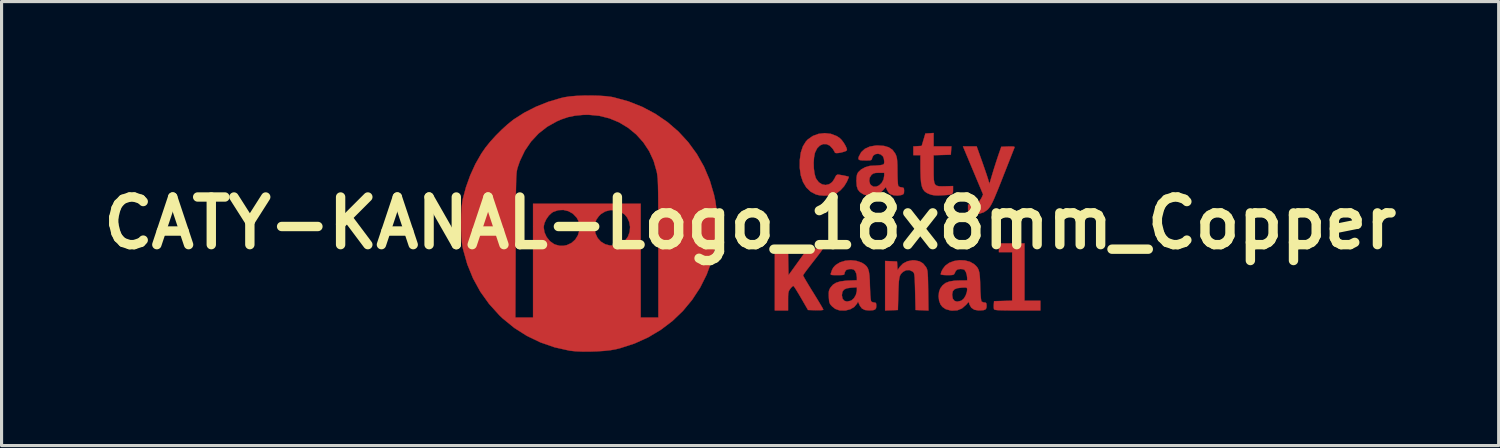
<source format=kicad_pcb>
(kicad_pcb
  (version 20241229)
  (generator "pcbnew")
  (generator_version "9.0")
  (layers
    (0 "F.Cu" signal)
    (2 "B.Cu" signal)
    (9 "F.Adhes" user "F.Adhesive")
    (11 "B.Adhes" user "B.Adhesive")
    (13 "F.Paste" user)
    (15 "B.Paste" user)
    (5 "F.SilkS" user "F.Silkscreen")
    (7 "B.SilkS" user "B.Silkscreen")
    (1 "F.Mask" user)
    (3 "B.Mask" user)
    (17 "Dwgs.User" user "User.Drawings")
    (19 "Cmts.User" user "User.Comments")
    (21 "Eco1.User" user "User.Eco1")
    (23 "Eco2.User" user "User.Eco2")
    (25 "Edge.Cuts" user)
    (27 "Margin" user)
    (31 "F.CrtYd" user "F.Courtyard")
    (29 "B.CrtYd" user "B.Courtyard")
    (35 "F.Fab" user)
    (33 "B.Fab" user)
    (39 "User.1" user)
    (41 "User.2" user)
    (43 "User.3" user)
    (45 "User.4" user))
  (footprint "CATY-KANAL-Logo_18x8mm_Copper"
    (layer "F.Cu")
    (at 20.944 4.086)
    (property "Reference" "CATY-KANAL-Logo_18x8mm_Copper" (at 0 0 0) (layer "F.SilkS") (effects (font (size 1.524 1.524) (thickness 0.3))))
    (attr through_hole)
    (fp_poly (pts (xy 8.777 2.484) (xy 9.285 2.484) (xy 9.285 2.794) (xy 8.55 2.794) (xy 8.321 2.794) (xy 8.143 2.792) (xy 8.009 2.789) (xy 7.913 2.784) (xy 7.851 2.777) (xy 7.815 2.767) (xy 7.801 2.755) (xy 7.801 2.755) (xy 7.793 2.702) (xy 7.793 2.623) (xy 7.795 2.606) (xy 7.803 2.498) (xy 8.093 2.49) (xy 8.382 2.482) (xy 8.382 0.931) (xy 7.959 0.931) (xy 7.959 0.649) (xy 8.777 0.649) (xy 8.777 2.484)) (stroke (width 0.01) (type solid)) (fill yes) (layer "F.Cu"))
    (fp_poly (pts (xy 5.87 -2.455) (xy 6.438 -2.455) (xy 6.429 -2.321) (xy 6.421 -2.187) (xy 6.145 -2.179) (xy 5.87 -2.171) (xy 5.87 -1.725) (xy 5.871 -1.535) (xy 5.876 -1.394) (xy 5.891 -1.295) (xy 5.92 -1.231) (xy 5.968 -1.195) (xy 6.041 -1.179) (xy 6.142 -1.176) (xy 6.24 -1.178) (xy 6.491 -1.185) (xy 6.491 -1.061) (xy 6.489 -0.998) (xy 6.477 -0.954) (xy 6.446 -0.926) (xy 6.386 -0.909) (xy 6.288 -0.898) (xy 6.144 -0.889) (xy 6 -0.883) (xy 5.893 -0.888) (xy 5.803 -0.905) (xy 5.746 -0.924) (xy 5.654 -0.964) (xy 5.583 -1.015) (xy 5.53 -1.083) (xy 5.493 -1.177) (xy 5.468 -1.303) (xy 5.455 -1.469) (xy 5.449 -1.681) (xy 5.448 -1.771) (xy 5.447 -2.173) (xy 5.221 -2.173) (xy 5.221 -2.452) (xy 5.354 -2.461) (xy 5.488 -2.469) (xy 5.606 -2.865) (xy 5.738 -2.873) (xy 5.87 -2.882) (xy 5.87 -2.455)) (stroke (width 0.01) (type solid)) (fill yes) (layer "F.Cu"))
    (fp_poly (pts (xy 5.266 1.191) (xy 5.418 1.223) (xy 5.534 1.293) (xy 5.627 1.408) (xy 5.63 1.414) (xy 5.649 1.45) (xy 5.663 1.491) (xy 5.674 1.547) (xy 5.681 1.624) (xy 5.687 1.731) (xy 5.691 1.875) (xy 5.694 2.065) (xy 5.696 2.153) (xy 5.705 2.797) (xy 5.498 2.788) (xy 5.292 2.78) (xy 5.278 2.192) (xy 5.273 1.995) (xy 5.268 1.847) (xy 5.263 1.74) (xy 5.255 1.666) (xy 5.246 1.617) (xy 5.232 1.586) (xy 5.214 1.564) (xy 5.197 1.55) (xy 5.098 1.503) (xy 4.991 1.507) (xy 4.9 1.554) (xy 4.852 1.596) (xy 4.816 1.639) (xy 4.789 1.693) (xy 4.771 1.766) (xy 4.758 1.868) (xy 4.75 2.006) (xy 4.743 2.189) (xy 4.741 2.258) (xy 4.727 2.78) (xy 4.523 2.788) (xy 4.318 2.796) (xy 4.318 1.211) (xy 4.508 1.219) (xy 4.699 1.228) (xy 4.708 1.366) (xy 4.717 1.504) (xy 4.784 1.404) (xy 4.892 1.293) (xy 5.034 1.22) (xy 5.196 1.19) (xy 5.266 1.191)) (stroke (width 0.01) (type solid)) (fill yes) (layer "F.Cu"))
    (fp_poly (pts (xy 7.405 -2.011) (xy 7.462 -1.849) (xy 7.516 -1.693) (xy 7.563 -1.556) (xy 7.597 -1.451) (xy 7.61 -1.411) (xy 7.655 -1.256) (xy 7.747 -1.566) (xy 7.797 -1.731) (xy 7.855 -1.913) (xy 7.911 -2.085) (xy 7.936 -2.159) (xy 8.034 -2.441) (xy 8.254 -2.45) (xy 8.367 -2.452) (xy 8.433 -2.447) (xy 8.459 -2.435) (xy 8.459 -2.421) (xy 8.445 -2.387) (xy 8.413 -2.306) (xy 8.366 -2.187) (xy 8.307 -2.035) (xy 8.237 -1.858) (xy 8.16 -1.662) (xy 8.128 -1.582) (xy 8.025 -1.319) (xy 7.939 -1.103) (xy 7.867 -0.929) (xy 7.809 -0.791) (xy 7.76 -0.683) (xy 7.718 -0.601) (xy 7.681 -0.537) (xy 7.645 -0.488) (xy 7.61 -0.446) (xy 7.592 -0.428) (xy 7.476 -0.347) (xy 7.328 -0.298) (xy 7.165 -0.282) (xy 7.02 -0.302) (xy 6.989 -0.323) (xy 6.974 -0.375) (xy 6.971 -0.454) (xy 6.971 -0.593) (xy 7.094 -0.593) (xy 7.222 -0.614) (xy 7.321 -0.681) (xy 7.398 -0.797) (xy 7.404 -0.809) (xy 7.452 -0.917) (xy 7.13 -1.686) (xy 6.808 -2.455) (xy 7.246 -2.455) (xy 7.405 -2.011)) (stroke (width 0.01) (type solid)) (fill yes) (layer "F.Cu"))
    (fp_poly (pts (xy 1.22 1.242) (xy 1.228 1.666) (xy 1.534 1.242) (xy 1.84 0.818) (xy 2.077 0.818) (xy 2.185 0.821) (xy 2.267 0.827) (xy 2.31 0.836) (xy 2.314 0.84) (xy 2.297 0.868) (xy 2.251 0.932) (xy 2.18 1.026) (xy 2.091 1.141) (xy 2.003 1.253) (xy 1.903 1.382) (xy 1.816 1.496) (xy 1.749 1.587) (xy 1.706 1.649) (xy 1.693 1.673) (xy 1.708 1.704) (xy 1.748 1.776) (xy 1.809 1.88) (xy 1.888 2.011) (xy 1.979 2.16) (xy 2.018 2.222) (xy 2.113 2.376) (xy 2.197 2.514) (xy 2.266 2.63) (xy 2.315 2.715) (xy 2.34 2.763) (xy 2.342 2.77) (xy 2.316 2.781) (xy 2.245 2.788) (xy 2.141 2.789) (xy 2.097 2.788) (xy 1.852 2.78) (xy 1.632 2.399) (xy 1.555 2.268) (xy 1.486 2.155) (xy 1.431 2.069) (xy 1.395 2.019) (xy 1.386 2.009) (xy 1.354 2.024) (xy 1.306 2.072) (xy 1.287 2.097) (xy 1.254 2.144) (xy 1.233 2.19) (xy 1.221 2.25) (xy 1.215 2.337) (xy 1.214 2.464) (xy 1.214 2.493) (xy 1.214 2.794) (xy 0.79 2.794) (xy 0.79 0.818) (xy 1.212 0.818) (xy 1.22 1.242)) (stroke (width 0.01) (type solid)) (fill yes) (layer "F.Cu"))
    (fp_poly (pts (xy 2.582 -2.855) (xy 2.764 -2.786) (xy 2.86 -2.725) (xy 2.923 -2.664) (xy 2.987 -2.58) (xy 3.043 -2.489) (xy 3.083 -2.405) (xy 3.098 -2.344) (xy 3.095 -2.331) (xy 3.063 -2.305) (xy 2.995 -2.28) (xy 2.909 -2.257) (xy 2.822 -2.242) (xy 2.753 -2.239) (xy 2.717 -2.249) (xy 2.716 -2.251) (xy 2.694 -2.294) (xy 2.654 -2.36) (xy 2.643 -2.376) (xy 2.549 -2.477) (xy 2.444 -2.526) (xy 2.335 -2.527) (xy 2.233 -2.482) (xy 2.144 -2.393) (xy 2.079 -2.262) (xy 2.071 -2.238) (xy 2.044 -2.094) (xy 2.033 -1.927) (xy 2.038 -1.753) (xy 2.059 -1.591) (xy 2.094 -1.459) (xy 2.112 -1.419) (xy 2.196 -1.306) (xy 2.3 -1.239) (xy 2.414 -1.218) (xy 2.525 -1.242) (xy 2.624 -1.31) (xy 2.7 -1.422) (xy 2.714 -1.455) (xy 2.753 -1.527) (xy 2.798 -1.552) (xy 2.848 -1.547) (xy 2.927 -1.534) (xy 3.016 -1.517) (xy 3.096 -1.499) (xy 3.147 -1.485) (xy 3.156 -1.481) (xy 3.15 -1.453) (xy 3.124 -1.39) (xy 3.091 -1.316) (xy 3.003 -1.173) (xy 2.886 -1.047) (xy 2.757 -0.952) (xy 2.658 -0.908) (xy 2.524 -0.883) (xy 2.368 -0.878) (xy 2.215 -0.89) (xy 2.106 -0.916) (xy 1.936 -1.006) (xy 1.797 -1.139) (xy 1.692 -1.314) (xy 1.621 -1.525) (xy 1.587 -1.77) (xy 1.589 -2.019) (xy 1.622 -2.258) (xy 1.687 -2.453) (xy 1.784 -2.61) (xy 1.847 -2.677) (xy 2.007 -2.788) (xy 2.191 -2.855) (xy 2.387 -2.877) (xy 2.582 -2.855)) (stroke (width 0.01) (type solid)) (fill yes) (layer "F.Cu"))
    (fp_poly (pts (xy 6.87 1.195) (xy 7.032 1.237) (xy 7.165 1.314) (xy 7.169 1.317) (xy 7.231 1.375) (xy 7.278 1.433) (xy 7.311 1.503) (xy 7.334 1.593) (xy 7.348 1.713) (xy 7.357 1.873) (xy 7.361 2.018) (xy 7.366 2.174) (xy 7.374 2.311) (xy 7.384 2.419) (xy 7.394 2.487) (xy 7.401 2.505) (xy 7.45 2.533) (xy 7.496 2.54) (xy 7.54 2.547) (xy 7.559 2.579) (xy 7.564 2.65) (xy 7.557 2.717) (xy 7.531 2.76) (xy 7.475 2.783) (xy 7.379 2.792) (xy 7.301 2.794) (xy 7.171 2.771) (xy 7.075 2.706) (xy 7.016 2.602) (xy 7.012 2.587) (xy 6.994 2.516) (xy 6.908 2.614) (xy 6.777 2.729) (xy 6.629 2.79) (xy 6.461 2.8) (xy 6.399 2.792) (xy 6.256 2.752) (xy 6.152 2.681) (xy 6.09 2.601) (xy 6.045 2.483) (xy 6.029 2.341) (xy 6.033 2.302) (xy 6.463 2.302) (xy 6.482 2.416) (xy 6.536 2.487) (xy 6.619 2.513) (xy 6.728 2.49) (xy 6.771 2.471) (xy 6.839 2.41) (xy 6.896 2.314) (xy 6.934 2.203) (xy 6.943 2.127) (xy 6.94 2.088) (xy 6.924 2.067) (xy 6.882 2.06) (xy 6.801 2.063) (xy 6.761 2.065) (xy 6.623 2.083) (xy 6.533 2.12) (xy 6.482 2.182) (xy 6.464 2.275) (xy 6.463 2.302) (xy 6.033 2.302) (xy 6.043 2.2) (xy 6.084 2.088) (xy 6.16 1.987) (xy 6.255 1.914) (xy 6.38 1.867) (xy 6.543 1.842) (xy 6.724 1.835) (xy 6.943 1.834) (xy 6.943 1.752) (xy 6.931 1.656) (xy 6.902 1.565) (xy 6.862 1.501) (xy 6.849 1.49) (xy 6.798 1.474) (xy 6.731 1.468) (xy 6.64 1.48) (xy 6.584 1.521) (xy 6.55 1.588) (xy 6.532 1.627) (xy 6.506 1.65) (xy 6.459 1.661) (xy 6.377 1.665) (xy 6.308 1.665) (xy 6.207 1.662) (xy 6.132 1.653) (xy 6.097 1.641) (xy 6.096 1.639) (xy 6.115 1.559) (xy 6.166 1.462) (xy 6.238 1.369) (xy 6.245 1.361) (xy 6.368 1.271) (xy 6.523 1.213) (xy 6.696 1.187) (xy 6.87 1.195)) (stroke (width 0.01) (type solid)) (fill yes) (layer "F.Cu"))
    (fp_poly (pts (xy 3.394 1.207) (xy 3.555 1.26) (xy 3.595 1.28) (xy 3.671 1.331) (xy 3.729 1.387) (xy 3.77 1.457) (xy 3.799 1.55) (xy 3.817 1.675) (xy 3.828 1.839) (xy 3.833 2.018) (xy 3.839 2.178) (xy 3.846 2.317) (xy 3.856 2.424) (xy 3.867 2.49) (xy 3.872 2.505) (xy 3.922 2.533) (xy 3.969 2.54) (xy 4.012 2.547) (xy 4.032 2.579) (xy 4.036 2.65) (xy 4.028 2.721) (xy 3.997 2.764) (xy 3.934 2.786) (xy 3.826 2.793) (xy 3.805 2.794) (xy 3.673 2.78) (xy 3.579 2.733) (xy 3.514 2.648) (xy 3.503 2.625) (xy 3.452 2.512) (xy 3.416 2.58) (xy 3.331 2.682) (xy 3.207 2.755) (xy 3.057 2.794) (xy 2.891 2.795) (xy 2.851 2.789) (xy 2.724 2.744) (xy 2.626 2.668) (xy 2.574 2.611) (xy 2.543 2.559) (xy 2.527 2.494) (xy 2.519 2.395) (xy 2.517 2.364) (xy 2.516 2.308) (xy 2.935 2.308) (xy 2.956 2.416) (xy 3.012 2.485) (xy 3.099 2.51) (xy 3.207 2.487) (xy 3.243 2.471) (xy 3.322 2.402) (xy 3.382 2.299) (xy 3.413 2.18) (xy 3.415 2.144) (xy 3.415 2.054) (xy 3.228 2.066) (xy 3.09 2.086) (xy 3 2.129) (xy 2.951 2.201) (xy 2.935 2.306) (xy 2.935 2.308) (xy 2.516 2.308) (xy 2.514 2.25) (xy 2.521 2.172) (xy 2.542 2.112) (xy 2.573 2.06) (xy 2.65 1.971) (xy 2.75 1.908) (xy 2.881 1.867) (xy 3.053 1.844) (xy 3.14 1.839) (xy 3.415 1.828) (xy 3.415 1.731) (xy 3.399 1.622) (xy 3.359 1.531) (xy 3.319 1.489) (xy 3.252 1.47) (xy 3.165 1.472) (xy 3.088 1.495) (xy 3.064 1.512) (xy 3.028 1.572) (xy 3.02 1.611) (xy 3.015 1.638) (xy 2.992 1.654) (xy 2.939 1.662) (xy 2.847 1.665) (xy 2.792 1.665) (xy 2.68 1.664) (xy 2.614 1.66) (xy 2.583 1.649) (xy 2.577 1.628) (xy 2.584 1.602) (xy 2.62 1.498) (xy 2.658 1.427) (xy 2.711 1.367) (xy 2.746 1.335) (xy 2.877 1.254) (xy 3.039 1.205) (xy 3.217 1.189) (xy 3.394 1.207)) (stroke (width 0.01) (type solid)) (fill yes) (layer "F.Cu"))
    (fp_poly (pts (xy 4.282 -2.469) (xy 4.435 -2.424) (xy 4.553 -2.345) (xy 4.64 -2.227) (xy 4.66 -2.187) (xy 4.681 -2.132) (xy 4.696 -2.065) (xy 4.705 -1.977) (xy 4.711 -1.857) (xy 4.713 -1.693) (xy 4.713 -1.651) (xy 4.715 -1.5) (xy 4.72 -1.366) (xy 4.727 -1.262) (xy 4.736 -1.199) (xy 4.74 -1.186) (xy 4.786 -1.155) (xy 4.846 -1.142) (xy 4.897 -1.134) (xy 4.92 -1.105) (xy 4.925 -1.038) (xy 4.925 -1.029) (xy 4.92 -0.957) (xy 4.895 -0.92) (xy 4.835 -0.897) (xy 4.826 -0.895) (xy 4.708 -0.88) (xy 4.589 -0.89) (xy 4.492 -0.923) (xy 4.459 -0.945) (xy 4.41 -1.006) (xy 4.374 -1.073) (xy 4.341 -1.153) (xy 4.252 -1.052) (xy 4.177 -0.981) (xy 4.096 -0.925) (xy 4.072 -0.913) (xy 3.944 -0.881) (xy 3.799 -0.879) (xy 3.665 -0.905) (xy 3.613 -0.927) (xy 3.51 -0.995) (xy 3.446 -1.076) (xy 3.411 -1.184) (xy 3.401 -1.331) (xy 3.401 -1.341) (xy 3.401 -1.349) (xy 3.81 -1.349) (xy 3.837 -1.253) (xy 3.866 -1.214) (xy 3.947 -1.165) (xy 4.04 -1.168) (xy 4.123 -1.205) (xy 4.209 -1.286) (xy 4.269 -1.399) (xy 4.29 -1.521) (xy 4.29 -1.609) (xy 4.119 -1.609) (xy 4.016 -1.605) (xy 3.948 -1.589) (xy 3.897 -1.556) (xy 3.879 -1.539) (xy 3.824 -1.451) (xy 3.81 -1.349) (xy 3.401 -1.349) (xy 3.405 -1.462) (xy 3.418 -1.545) (xy 3.445 -1.607) (xy 3.459 -1.628) (xy 3.554 -1.718) (xy 3.683 -1.788) (xy 3.825 -1.829) (xy 3.897 -1.834) (xy 4.014 -1.839) (xy 4.136 -1.849) (xy 4.159 -1.852) (xy 4.238 -1.866) (xy 4.277 -1.886) (xy 4.289 -1.927) (xy 4.29 -1.973) (xy 4.278 -2.06) (xy 4.251 -2.132) (xy 4.248 -2.135) (xy 4.178 -2.196) (xy 4.092 -2.219) (xy 4.007 -2.206) (xy 3.938 -2.158) (xy 3.905 -2.089) (xy 3.893 -2.043) (xy 3.871 -2.017) (xy 3.826 -2.006) (xy 3.742 -2.004) (xy 3.71 -2.004) (xy 3.585 -2.006) (xy 3.508 -2.015) (xy 3.471 -2.037) (xy 3.464 -2.074) (xy 3.477 -2.126) (xy 3.553 -2.268) (xy 3.671 -2.376) (xy 3.828 -2.448) (xy 4.021 -2.481) (xy 4.086 -2.483) (xy 4.282 -2.469)) (stroke (width 0.01) (type solid)) (fill yes) (layer "F.Cu"))
    (fp_poly (pts (xy -4.851 -4.075) (xy -4.632 -4.061) (xy -4.447 -4.039) (xy -4.374 -4.025) (xy -3.897 -3.895) (xy -3.448 -3.717) (xy -3.029 -3.494) (xy -2.642 -3.23) (xy -2.291 -2.926) (xy -1.978 -2.586) (xy -1.705 -2.211) (xy -1.475 -1.805) (xy -1.291 -1.37) (xy -1.155 -0.909) (xy -1.111 -0.701) (xy -1.084 -0.503) (xy -1.068 -0.266) (xy -1.062 -0.01) (xy -1.066 0.247) (xy -1.08 0.489) (xy -1.105 0.696) (xy -1.111 0.73) (xy -1.226 1.201) (xy -1.39 1.647) (xy -1.6 2.066) (xy -1.855 2.455) (xy -2.151 2.811) (xy -2.486 3.132) (xy -2.858 3.414) (xy -3.262 3.655) (xy -3.698 3.852) (xy -4.161 4.002) (xy -4.304 4.037) (xy -4.468 4.066) (xy -4.673 4.088) (xy -4.902 4.103) (xy -5.14 4.111) (xy -5.372 4.11) (xy -5.582 4.101) (xy -5.754 4.083) (xy -5.771 4.081) (xy -6.254 3.973) (xy -6.71 3.815) (xy -7.14 3.608) (xy -7.541 3.354) (xy -7.912 3.052) (xy -7.945 3.02) (xy -7.509 3.02) (xy -6.943 3.02) (xy -6.943 0.125) (xy -6.604 0.125) (xy -6.579 0.292) (xy -6.509 0.447) (xy -6.404 0.578) (xy -6.272 0.671) (xy -6.223 0.691) (xy -6.09 0.726) (xy -5.967 0.726) (xy -5.861 0.704) (xy -5.713 0.635) (xy -5.594 0.528) (xy -5.509 0.392) (xy -5.462 0.238) (xy -5.459 0.159) (xy -4.972 0.159) (xy -4.947 0.332) (xy -4.877 0.479) (xy -4.771 0.595) (xy -4.637 0.676) (xy -4.483 0.717) (xy -4.316 0.714) (xy -4.146 0.661) (xy -4.12 0.649) (xy -3.995 0.556) (xy -3.906 0.429) (xy -3.853 0.281) (xy -3.839 0.123) (xy -3.866 -0.035) (xy -3.933 -0.179) (xy -4.012 -0.274) (xy -4.15 -0.366) (xy -4.307 -0.413) (xy -4.472 -0.415) (xy -4.631 -0.374) (xy -4.772 -0.289) (xy -4.837 -0.224) (xy -4.917 -0.113) (xy -4.959 -0.001) (xy -4.972 0.135) (xy -4.972 0.159) (xy -5.459 0.159) (xy -5.456 0.078) (xy -5.495 -0.078) (xy -5.549 -0.176) (xy -5.667 -0.3) (xy -5.813 -0.382) (xy -5.974 -0.421) (xy -6.139 -0.413) (xy -6.296 -0.358) (xy -6.346 -0.327) (xy -6.439 -0.24) (xy -6.521 -0.124) (xy -6.579 0.002) (xy -6.604 0.117) (xy -6.604 0.125) (xy -6.943 0.125) (xy -6.943 -0.621) (xy -3.5 -0.621) (xy -3.5 3.02) (xy -2.935 3.02) (xy -2.935 0.811) (xy -2.936 0.403) (xy -2.936 0.047) (xy -2.937 -0.261) (xy -2.938 -0.525) (xy -2.939 -0.749) (xy -2.941 -0.937) (xy -2.944 -1.093) (xy -2.947 -1.222) (xy -2.951 -1.328) (xy -2.956 -1.414) (xy -2.963 -1.485) (xy -2.97 -1.545) (xy -2.978 -1.598) (xy -2.988 -1.649) (xy -2.989 -1.653) (xy -3.086 -1.99) (xy -3.23 -2.302) (xy -3.417 -2.584) (xy -3.642 -2.834) (xy -3.901 -3.047) (xy -4.188 -3.221) (xy -4.499 -3.35) (xy -4.829 -3.433) (xy -5.175 -3.465) (xy -5.348 -3.461) (xy -5.599 -3.436) (xy -5.82 -3.391) (xy -6.036 -3.318) (xy -6.176 -3.258) (xy -6.489 -3.083) (xy -6.767 -2.865) (xy -7.008 -2.607) (xy -7.208 -2.313) (xy -7.365 -1.984) (xy -7.428 -1.801) (xy -7.44 -1.764) (xy -7.45 -1.727) (xy -7.458 -1.687) (xy -7.466 -1.64) (xy -7.472 -1.583) (xy -7.477 -1.511) (xy -7.482 -1.42) (xy -7.485 -1.306) (xy -7.488 -1.166) (xy -7.491 -0.996) (xy -7.493 -0.791) (xy -7.495 -0.548) (xy -7.496 -0.263) (xy -7.498 0.069) (xy -7.499 0.451) (xy -7.5 0.713) (xy -7.509 3.02) (xy -7.945 3.02) (xy -8.024 2.945) (xy -8.351 2.583) (xy -8.631 2.192) (xy -8.862 1.77) (xy -9.046 1.319) (xy -9.181 0.84) (xy -9.192 0.79) (xy -9.217 0.63) (xy -9.234 0.429) (xy -9.244 0.201) (xy -9.246 -0.039) (xy -9.24 -0.275) (xy -9.227 -0.493) (xy -9.207 -0.678) (xy -9.192 -0.762) (xy -9.09 -1.146) (xy -8.953 -1.528) (xy -8.787 -1.892) (xy -8.597 -2.224) (xy -8.465 -2.415) (xy -8.315 -2.601) (xy -8.137 -2.797) (xy -7.945 -2.989) (xy -7.754 -3.162) (xy -7.578 -3.304) (xy -7.564 -3.314) (xy -7.226 -3.53) (xy -6.852 -3.721) (xy -6.458 -3.879) (xy -6.061 -3.997) (xy -5.941 -4.025) (xy -5.773 -4.051) (xy -5.565 -4.069) (xy -5.332 -4.079) (xy -5.089 -4.081) (xy -4.851 -4.075)) (stroke (width 0.01) (type solid)) (fill yes) (layer "F.Cu")))
  (gr_rect
    (start -3 -3)
    (end 44.888 11.202)
    (stroke (width 0.1) (type default))
    (fill no)
    (layer "Edge.Cuts")))
</source>
